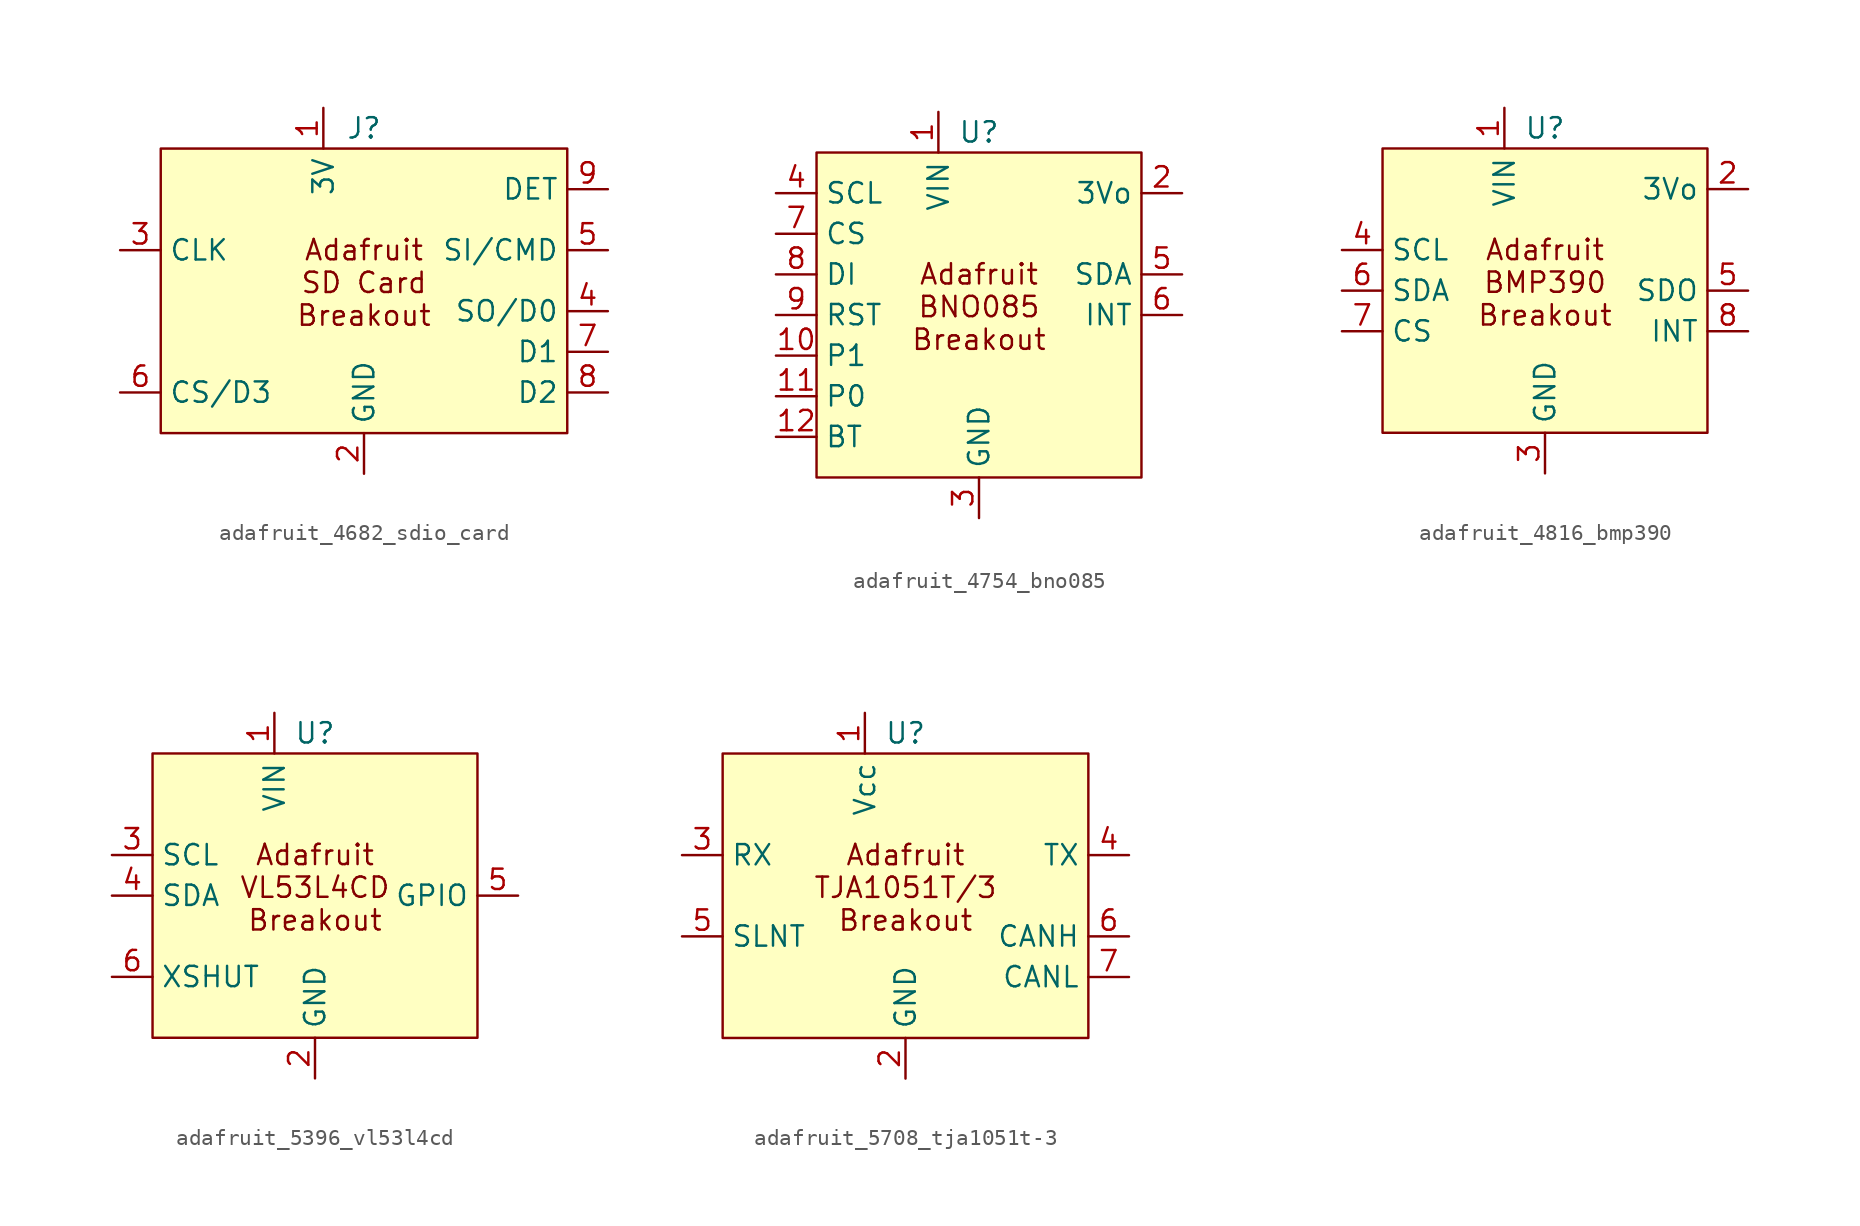
<source format=kicad_sym>
(kicad_symbol_lib
  (version 20241209)
  (generator "kicad_symbol_editor")
  (generator_version "9.0")
  (symbol "adafruit_4682_sdio_card"
    (property "Reference" "J"
      (at 0 10.16 0)
      (effects (font (size 1.27 1.27))))
    (property "Value" ""
      (at 0 0 0)
      (effects (font (size 1.27 1.27))))
    (symbol "adafruit_4682_sdio_card_0_0"
      (pin input line (at -15.24 2.54 0) (length 2.54) (name "CLK" (effects (font (size 1.27 1.27)))) (number "3" (effects (font (size 1.27 1.27)))))
      (pin bidirectional line (at -15.24 -6.35 0) (length 2.54) (name "CS/D3" (effects (font (size 1.27 1.27)))) (number "6" (effects (font (size 1.27 1.27)))))
      (pin power_in line (at -2.54 11.43 270) (length 2.54) (name "3V" (effects (font (size 1.27 1.27)))) (number "1" (effects (font (size 1.27 1.27)))))
      (pin power_in line (at 0 -11.43 90) (length 2.54) (name "GND" (effects (font (size 1.27 1.27)))) (number "2" (effects (font (size 1.27 1.27)))))
      (pin output line (at 15.24 6.35 180) (length 2.54) (name "DET" (effects (font (size 1.27 1.27)))) (number "9" (effects (font (size 1.27 1.27)))))
      (pin bidirectional line (at 15.24 2.54 180) (length 2.54) (name "SI/CMD" (effects (font (size 1.27 1.27)))) (number "5" (effects (font (size 1.27 1.27)))))
      (pin bidirectional line (at 15.24 -1.27 180) (length 2.54) (name "SO/D0" (effects (font (size 1.27 1.27)))) (number "4" (effects (font (size 1.27 1.27)))))
      (pin bidirectional line (at 15.24 -3.81 180) (length 2.54) (name "D1" (effects (font (size 1.27 1.27)))) (number "7" (effects (font (size 1.27 1.27)))))
      (pin bidirectional line (at 15.24 -6.35 180) (length 2.54) (name "D2" (effects (font (size 1.27 1.27)))) (number "8" (effects (font (size 1.27 1.27))))))
    (symbol "adafruit_4682_sdio_card_1_1"
      (rectangle (start -12.7 8.89) (end 12.7 -8.89) (stroke (width 0) (type default)) (fill (type background)))
      (text "Adafruit\nSD Card\nBreakout" (at 0 0.508 0) (effects (font (size 1.27 1.27))))))
  (symbol "adafruit_4754_bno085"
    (property "Reference" "U"
      (at 0 11.43 0)
      (effects (font (size 1.27 1.27))))
    (property "Value" ""
      (at 0 0 0)
      (effects (font (size 1.27 1.27))))
    (symbol "adafruit_4754_bno085_0_0"
      (pin input line (at -12.7 7.62 0) (length 2.54) (name "SCL" (effects (font (size 1.27 1.27)))) (number "4" (effects (font (size 1.27 1.27)))))
      (pin input line (at -12.7 5.08 0) (length 2.54) (name "CS" (effects (font (size 1.27 1.27)))) (number "7" (effects (font (size 1.27 1.27)))))
      (pin input line (at -12.7 2.54 0) (length 2.54) (name "DI" (effects (font (size 1.27 1.27)))) (number "8" (effects (font (size 1.27 1.27)))))
      (pin input line (at -12.7 0 0) (length 2.54) (name "RST" (effects (font (size 1.27 1.27)))) (number "9" (effects (font (size 1.27 1.27)))))
      (pin input line (at -12.7 -2.54 0) (length 2.54) (name "P1" (effects (font (size 1.27 1.27)))) (number "10" (effects (font (size 1.27 1.27)))))
      (pin input line (at -12.7 -5.08 0) (length 2.54) (name "P0" (effects (font (size 1.27 1.27)))) (number "11" (effects (font (size 1.27 1.27)))))
      (pin input line (at -12.7 -7.62 0) (length 2.54) (name "BT" (effects (font (size 1.27 1.27)))) (number "12" (effects (font (size 1.27 1.27)))))
      (pin power_in line (at -2.54 12.7 270) (length 2.54) (name "VIN" (effects (font (size 1.27 1.27)))) (number "1" (effects (font (size 1.27 1.27)))))
      (pin power_in line (at 0 -12.7 90) (length 2.54) (name "GND" (effects (font (size 1.27 1.27)))) (number "3" (effects (font (size 1.27 1.27)))))
      (pin power_out line (at 12.7 7.62 180) (length 2.54) (name "3Vo" (effects (font (size 1.27 1.27)))) (number "2" (effects (font (size 1.27 1.27)))))
      (pin output line (at 12.7 2.54 180) (length 2.54) (name "SDA" (effects (font (size 1.27 1.27)))) (number "5" (effects (font (size 1.27 1.27)))))
      (pin output line (at 12.7 0 180) (length 2.54) (name "INT" (effects (font (size 1.27 1.27)))) (number "6" (effects (font (size 1.27 1.27))))))
    (symbol "adafruit_4754_bno085_1_1"
      (rectangle (start -10.16 10.16) (end 10.16 -10.16) (stroke (width 0) (type default)) (fill (type background)))
      (text "Adafruit\nBNO085\nBreakout" (at 0 0.508 0) (effects (font (size 1.27 1.27))))))
  (symbol "adafruit_4816_bmp390"
    (property "Reference" "U"
      (at 0 10.16 0)
      (effects (font (size 1.27 1.27))))
    (property "Value" ""
      (at 0 0 0)
      (effects (font (size 1.27 1.27))))
    (symbol "adafruit_4816_bmp390_0_0"
      (pin input line (at -12.7 2.54 0) (length 2.54) (name "SCL" (effects (font (size 1.27 1.27)))) (number "4" (effects (font (size 1.27 1.27)))))
      (pin input line (at -12.7 0 0) (length 2.54) (name "SDA" (effects (font (size 1.27 1.27)))) (number "6" (effects (font (size 1.27 1.27)))))
      (pin input line (at -12.7 -2.54 0) (length 2.54) (name "CS" (effects (font (size 1.27 1.27)))) (number "7" (effects (font (size 1.27 1.27)))))
      (pin power_in line (at -2.54 11.43 270) (length 2.54) (name "VIN" (effects (font (size 1.27 1.27)))) (number "1" (effects (font (size 1.27 1.27)))))
      (pin power_in line (at 0 -11.43 90) (length 2.54) (name "GND" (effects (font (size 1.27 1.27)))) (number "3" (effects (font (size 1.27 1.27)))))
      (pin power_out line (at 12.7 6.35 180) (length 2.54) (name "3Vo" (effects (font (size 1.27 1.27)))) (number "2" (effects (font (size 1.27 1.27)))))
      (pin output line (at 12.7 0 180) (length 2.54) (name "SDO" (effects (font (size 1.27 1.27)))) (number "5" (effects (font (size 1.27 1.27)))))
      (pin output line (at 12.7 -2.54 180) (length 2.54) (name "INT" (effects (font (size 1.27 1.27)))) (number "8" (effects (font (size 1.27 1.27))))))
    (symbol "adafruit_4816_bmp390_1_1"
      (rectangle (start -10.16 8.89) (end 10.16 -8.89) (stroke (width 0) (type default)) (fill (type background)))
      (text "Adafruit\nBMP390\nBreakout" (at 0 0.508 0) (effects (font (size 1.27 1.27))))))
  (symbol "adafruit_5396_vl53l4cd"
    (property "Reference" "U"
      (at 0 10.16 0)
      (effects (font (size 1.27 1.27))))
    (property "Value" ""
      (at 0 0 0)
      (effects (font (size 1.27 1.27))))
    (symbol "adafruit_5396_vl53l4cd_0_0"
      (pin input line (at -12.7 2.54 0) (length 2.54) (name "SCL" (effects (font (size 1.27 1.27)))) (number "3" (effects (font (size 1.27 1.27)))))
      (pin input line (at -12.7 0 0) (length 2.54) (name "SDA" (effects (font (size 1.27 1.27)))) (number "4" (effects (font (size 1.27 1.27)))))
      (pin input line (at -12.7 -5.08 0) (length 2.54) (name "XSHUT" (effects (font (size 1.27 1.27)))) (number "6" (effects (font (size 1.27 1.27)))))
      (pin power_in line (at -2.54 11.43 270) (length 2.54) (name "VIN" (effects (font (size 1.27 1.27)))) (number "1" (effects (font (size 1.27 1.27)))))
      (pin power_in line (at 0 -11.43 90) (length 2.54) (name "GND" (effects (font (size 1.27 1.27)))) (number "2" (effects (font (size 1.27 1.27)))))
      (pin output line (at 12.7 0 180) (length 2.54) (name "GPIO" (effects (font (size 1.27 1.27)))) (number "5" (effects (font (size 1.27 1.27))))))
    (symbol "adafruit_5396_vl53l4cd_1_1"
      (rectangle (start -10.16 8.89) (end 10.16 -8.89) (stroke (width 0) (type default)) (fill (type background)))
      (text "Adafruit\nVL53L4CD\nBreakout" (at 0 0.508 0) (effects (font (size 1.27 1.27))))))
  (symbol "adafruit_5708_tja1051t-3"
    (property "Reference" "U"
      (at 0 10.16 0)
      (effects (font (size 1.27 1.27))))
    (property "Value" ""
      (at 0 0 0)
      (effects (font (size 1.27 1.27))))
    (symbol "adafruit_5708_tja1051t-3_0_0"
      (pin input line (at -13.97 2.54 0) (length 2.54) (name "RX" (effects (font (size 1.27 1.27)))) (number "3" (effects (font (size 1.27 1.27)))))
      (pin input line (at -13.97 -2.54 0) (length 2.54) (name "SLNT" (effects (font (size 1.27 1.27)))) (number "5" (effects (font (size 1.27 1.27)))))
      (pin power_in line (at -2.54 11.43 270) (length 2.54) (name "Vcc" (effects (font (size 1.27 1.27)))) (number "1" (effects (font (size 1.27 1.27)))))
      (pin power_in line (at 0 -11.43 90) (length 2.54) (name "GND" (effects (font (size 1.27 1.27)))) (number "2" (effects (font (size 1.27 1.27)))))
      (pin output line (at 13.97 2.54 180) (length 2.54) (name "TX" (effects (font (size 1.27 1.27)))) (number "4" (effects (font (size 1.27 1.27)))))
      (pin bidirectional line (at 13.97 -2.54 180) (length 2.54) (name "CANH" (effects (font (size 1.27 1.27)))) (number "6" (effects (font (size 1.27 1.27)))))
      (pin bidirectional line (at 13.97 -5.08 180) (length 2.54) (name "CANL" (effects (font (size 1.27 1.27)))) (number "7" (effects (font (size 1.27 1.27))))))
    (symbol "adafruit_5708_tja1051t-3_1_1"
      (rectangle (start -11.43 8.89) (end 11.43 -8.89) (stroke (width 0) (type default)) (fill (type background)))
      (text "Adafruit\nTJA1051T/3\nBreakout" (at 0 0.508 0) (effects (font (size 1.27 1.27)))))))
</source>
